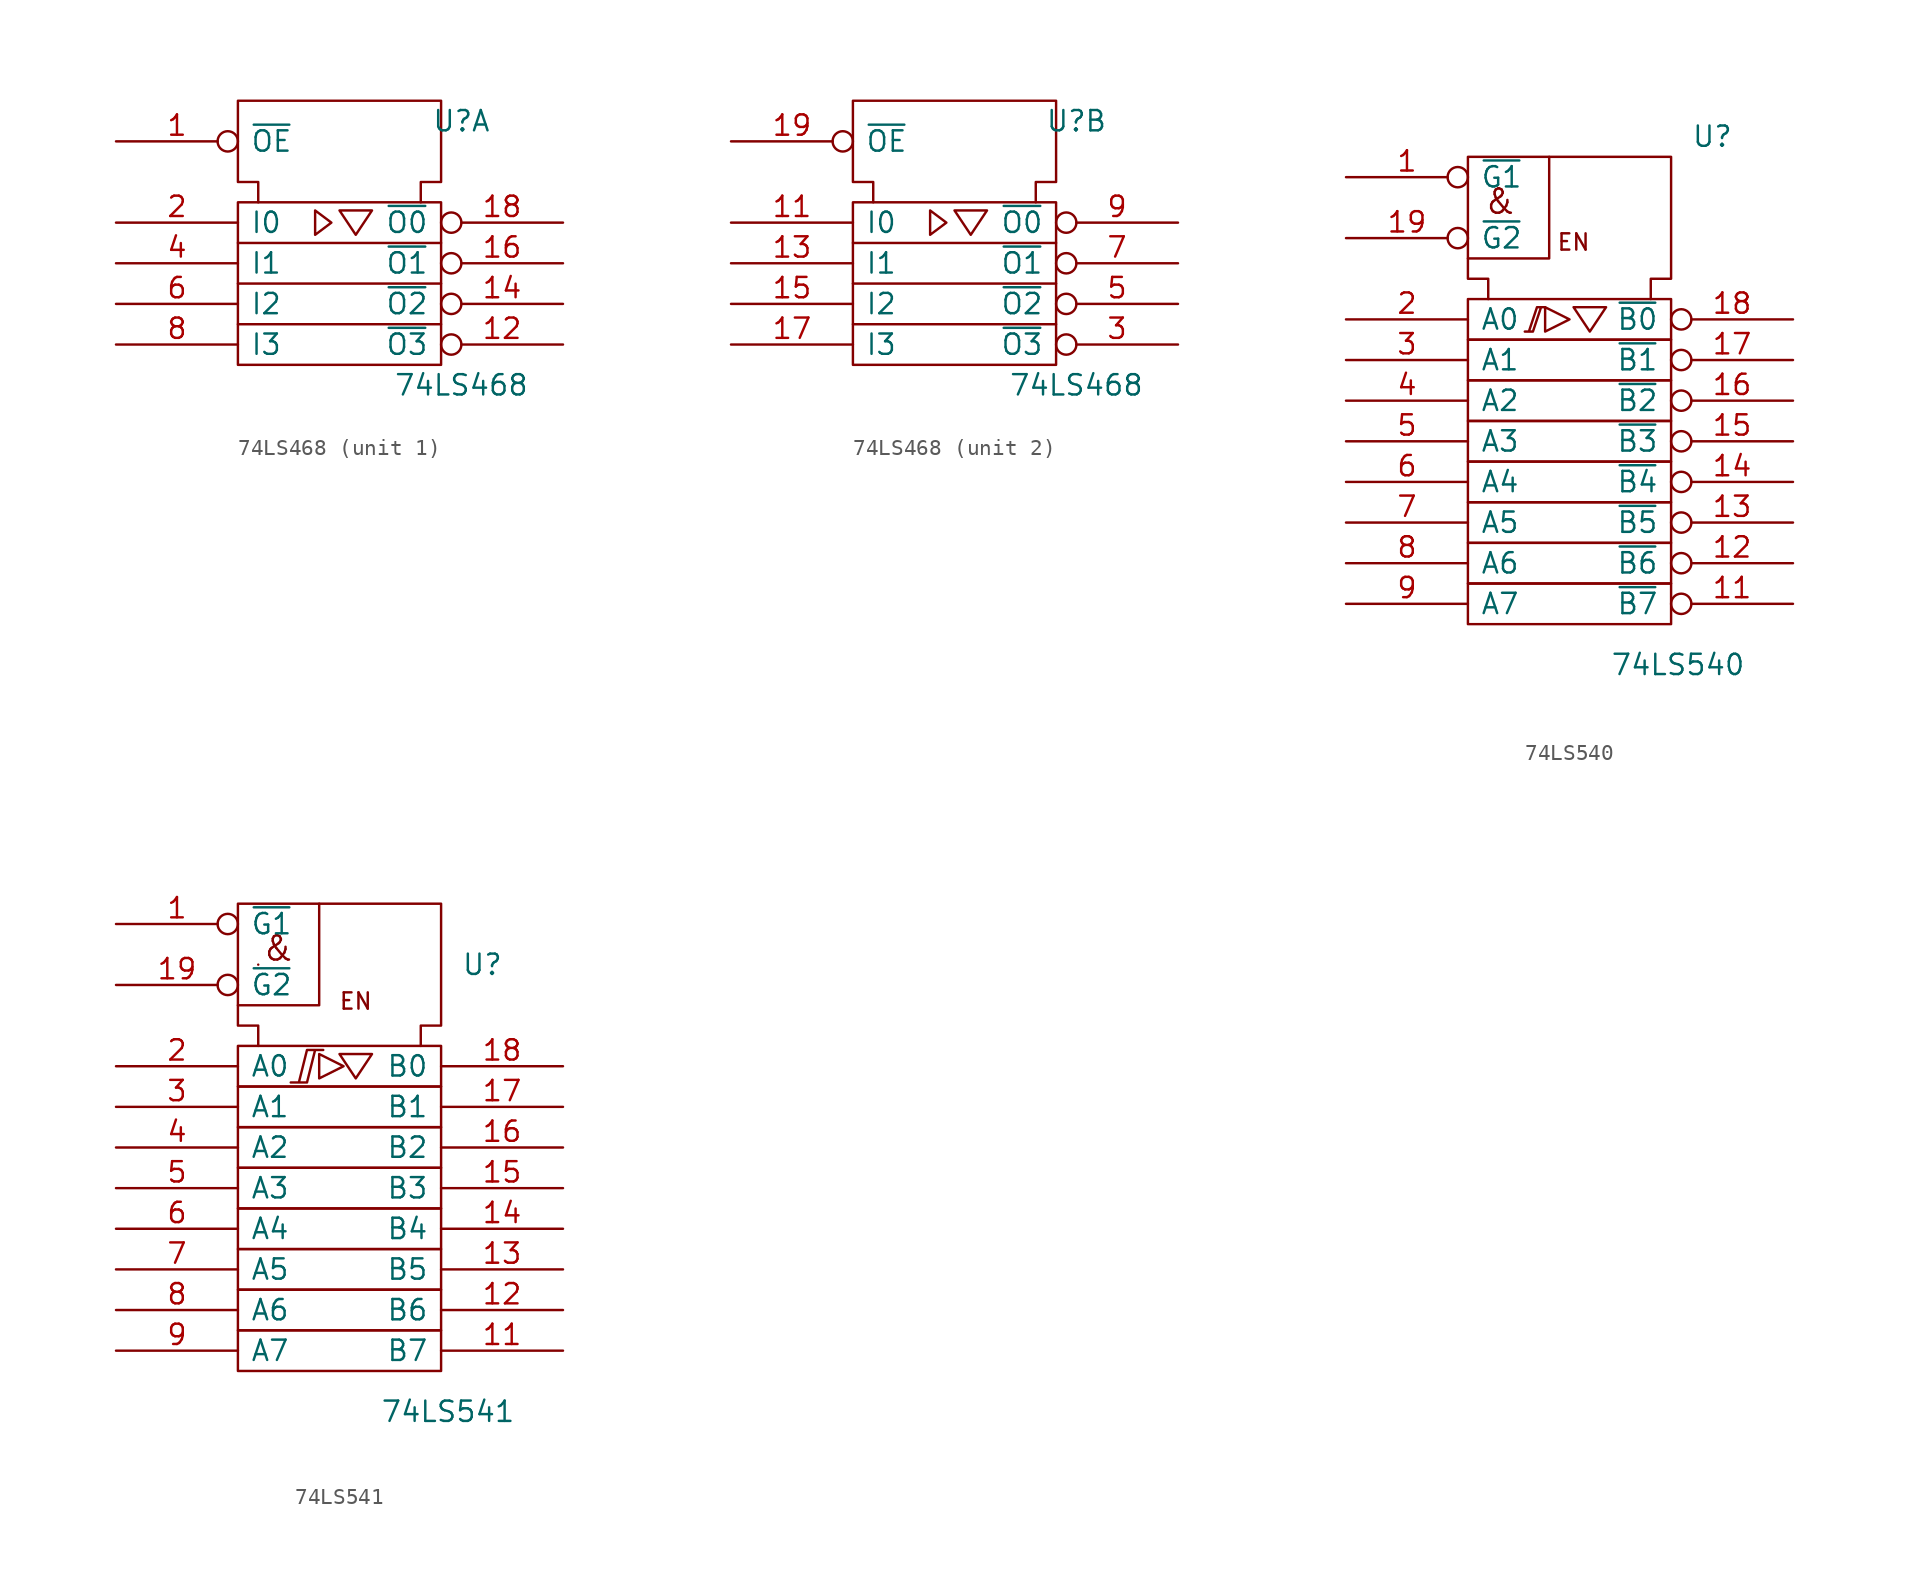
<source format=kicad_sym>
(kicad_symbol_lib
  (version 20201005)
  (generator kicad_symbol_editor)
  (symbol "74LS468"
    (pin_names
      (offset 0.762))
    (property "Reference" "U"
      (at 7.62 8.89 0)
      (effects (font (size 1.27 1.27))))
    (property "Value" "74LS468"
      (at 7.62 -7.62 0)
      (effects (font (size 1.27 1.27))))
    (symbol "74LS468_0_0"
      (polyline (pts (xy -1.524 3.302) (xy -1.524 1.778) (xy -0.508 2.54) (xy -1.524 3.302) (xy -1.524 3.302)) (stroke (width 0)) (fill (type none)))
      (polyline (pts (xy 0.254 3.302) (xy 2.032 3.302) (xy 1.016 1.778) (xy 0 3.302) (xy 0.254 3.302) (xy 0.254 3.302)) (stroke (width 0)) (fill (type none))))
    (symbol "74LS468_0_1"
      (rectangle (start -6.35 3.81) (end 6.35 -6.35) (stroke (width 0)) (fill (type none)))
      (polyline (pts (xy -6.35 -3.81) (xy 6.35 -3.81) (xy 6.35 -3.81)) (stroke (width 0)) (fill (type none)))
      (polyline (pts (xy -6.35 -1.27) (xy 6.35 -1.27) (xy 6.35 -1.27)) (stroke (width 0)) (fill (type none)))
      (polyline (pts (xy -6.35 1.27) (xy 6.35 1.27) (xy 6.35 1.27)) (stroke (width 0)) (fill (type none)))
      (polyline (pts (xy -5.08 3.81) (xy -5.08 5.08) (xy -6.35 5.08) (xy -6.35 10.16) (xy 6.35 10.16) (xy 6.35 5.08) (xy 5.08 5.08) (xy 5.08 3.81) (xy 5.08 3.81)) (stroke (width 0)) (fill (type none)))
      (pin power_in line (at 1.27 10.16 270) (length 0) hide (name "GND" (effects (font (size 1.27 1.27)))) (number "10" (effects (font (size 1.27 1.27)))))
      (pin power_in line (at 5.08 10.16 270) (length 0) hide (name "VCC" (effects (font (size 1.27 1.27)))) (number "20" (effects (font (size 1.27 1.27))))))
    (symbol "74LS468_1_1"
      (pin input inverted (at -13.97 7.62 0) (length 7.62) (name "~OE" (effects (font (size 1.27 1.27)))) (number "1" (effects (font (size 1.27 1.27)))))
      (pin tri_state inverted (at 13.97 -5.08 180) (length 7.62) (name "~O3" (effects (font (size 1.27 1.27)))) (number "12" (effects (font (size 1.27 1.27)))))
      (pin tri_state inverted (at 13.97 -2.54 180) (length 7.62) (name "~O2" (effects (font (size 1.27 1.27)))) (number "14" (effects (font (size 1.27 1.27)))))
      (pin tri_state inverted (at 13.97 0 180) (length 7.62) (name "~O1" (effects (font (size 1.27 1.27)))) (number "16" (effects (font (size 1.27 1.27)))))
      (pin tri_state inverted (at 13.97 2.54 180) (length 7.62) (name "~O0" (effects (font (size 1.27 1.27)))) (number "18" (effects (font (size 1.27 1.27)))))
      (pin input line (at -13.97 2.54 0) (length 7.62) (name "I0" (effects (font (size 1.27 1.27)))) (number "2" (effects (font (size 1.27 1.27)))))
      (pin input line (at -13.97 0 0) (length 7.62) (name "I1" (effects (font (size 1.27 1.27)))) (number "4" (effects (font (size 1.27 1.27)))))
      (pin input line (at -13.97 -2.54 0) (length 7.62) (name "I2" (effects (font (size 1.27 1.27)))) (number "6" (effects (font (size 1.27 1.27)))))
      (pin input line (at -13.97 -5.08 0) (length 7.62) (name "I3" (effects (font (size 1.27 1.27)))) (number "8" (effects (font (size 1.27 1.27))))))
    (symbol "74LS468_2_1"
      (pin input line (at -13.97 2.54 0) (length 7.62) (name "I0" (effects (font (size 1.27 1.27)))) (number "11" (effects (font (size 1.27 1.27)))))
      (pin input line (at -13.97 0 0) (length 7.62) (name "I1" (effects (font (size 1.27 1.27)))) (number "13" (effects (font (size 1.27 1.27)))))
      (pin input line (at -13.97 -2.54 0) (length 7.62) (name "I2" (effects (font (size 1.27 1.27)))) (number "15" (effects (font (size 1.27 1.27)))))
      (pin input line (at -13.97 -5.08 0) (length 7.62) (name "I3" (effects (font (size 1.27 1.27)))) (number "17" (effects (font (size 1.27 1.27)))))
      (pin input inverted (at -13.97 7.62 0) (length 7.62) (name "~OE" (effects (font (size 1.27 1.27)))) (number "19" (effects (font (size 1.27 1.27)))))
      (pin tri_state inverted (at 13.97 -5.08 180) (length 7.62) (name "~O3" (effects (font (size 1.27 1.27)))) (number "3" (effects (font (size 1.27 1.27)))))
      (pin tri_state inverted (at 13.97 -2.54 180) (length 7.62) (name "~O2" (effects (font (size 1.27 1.27)))) (number "5" (effects (font (size 1.27 1.27)))))
      (pin tri_state inverted (at 13.97 0 180) (length 7.62) (name "~O1" (effects (font (size 1.27 1.27)))) (number "7" (effects (font (size 1.27 1.27)))))
      (pin tri_state inverted (at 13.97 2.54 180) (length 7.62) (name "~O0" (effects (font (size 1.27 1.27)))) (number "9" (effects (font (size 1.27 1.27)))))))
  (symbol "74LS540"
    (pin_names
      (offset 0.762))
    (property "Reference" "U"
      (at 7.62 17.78 0)
      (effects (font (size 1.27 1.27)) (justify left)))
    (property "Value" "74LS540"
      (at 2.54 -15.24 0)
      (effects (font (size 1.27 1.27)) (justify left)))
    (symbol "74LS540_0_0"
      (text "&" (at -4.318 13.716 0) (effects (font (size 1.524 1.524))))
      (text "EN" (at 0.254 11.176 0) (effects (font (size 1.016 1.016))))
      (polyline (pts (xy -1.27 16.51) (xy -1.27 10.16) (xy -6.35 10.16) (xy -6.35 10.16)) (stroke (width 0)) (fill (type none)))
      (polyline (pts (xy -1.524 7.112) (xy -1.524 5.588) (xy 0 6.35) (xy -1.524 7.112) (xy -1.524 7.112)) (stroke (width 0)) (fill (type none)))
      (polyline (pts (xy 0.254 7.112) (xy 2.286 7.112) (xy 1.27 5.588) (xy 0.254 7.112) (xy 0.254 7.112)) (stroke (width 0)) (fill (type none)))
      (polyline (pts (xy -2.286 5.588) (xy -2.794 5.588) (xy -2.286 5.588) (xy -1.778 7.112) (xy -1.524 7.112) (xy -2.032 7.112) (xy -2.54 5.588) (xy -2.54 5.588)) (stroke (width 0)) (fill (type none)))
      (pin power_in line (at 1.27 16.51 270) (length 0) hide (name "GND" (effects (font (size 1.27 1.27)))) (number "10" (effects (font (size 1.27 1.27)))))
      (pin power_in line (at 5.08 16.51 270) (length 0) hide (name "VCC" (effects (font (size 1.27 1.27)))) (number "20" (effects (font (size 1.27 1.27))))))
    (symbol "74LS540_0_1"
      (rectangle (start -6.35 -10.16) (end 6.35 -12.7) (stroke (width 0)) (fill (type none)))
      (rectangle (start -6.35 -7.62) (end 6.35 -10.16) (stroke (width 0)) (fill (type none)))
      (rectangle (start -6.35 -5.08) (end 6.35 -7.62) (stroke (width 0)) (fill (type none)))
      (rectangle (start -6.35 -2.54) (end 6.35 -5.08) (stroke (width 0)) (fill (type none)))
      (rectangle (start -6.35 0) (end 6.35 -2.54) (stroke (width 0)) (fill (type none)))
      (rectangle (start -6.35 2.54) (end 6.35 0) (stroke (width 0)) (fill (type none)))
      (rectangle (start -6.35 5.08) (end 6.35 2.54) (stroke (width 0)) (fill (type none)))
      (rectangle (start -6.35 7.62) (end 6.35 5.08) (stroke (width 0)) (fill (type none)))
      (polyline (pts (xy -5.08 7.62) (xy -5.08 8.89) (xy -6.35 8.89) (xy -6.35 16.51) (xy 6.35 16.51) (xy 6.35 8.89) (xy 5.08 8.89) (xy 5.08 7.62) (xy 5.08 7.62)) (stroke (width 0)) (fill (type none))))
    (symbol "74LS540_1_1"
      (pin input inverted (at -13.97 15.24 0) (length 7.62) (name "~G1" (effects (font (size 1.27 1.27)))) (number "1" (effects (font (size 1.27 1.27)))))
      (pin tri_state inverted (at 13.97 -11.43 180) (length 7.62) (name "~B7" (effects (font (size 1.27 1.27)))) (number "11" (effects (font (size 1.27 1.27)))))
      (pin tri_state inverted (at 13.97 -8.89 180) (length 7.62) (name "~B6" (effects (font (size 1.27 1.27)))) (number "12" (effects (font (size 1.27 1.27)))))
      (pin tri_state inverted (at 13.97 -6.35 180) (length 7.62) (name "~B5" (effects (font (size 1.27 1.27)))) (number "13" (effects (font (size 1.27 1.27)))))
      (pin tri_state inverted (at 13.97 -3.81 180) (length 7.62) (name "~B4" (effects (font (size 1.27 1.27)))) (number "14" (effects (font (size 1.27 1.27)))))
      (pin tri_state inverted (at 13.97 -1.27 180) (length 7.62) (name "~B3" (effects (font (size 1.27 1.27)))) (number "15" (effects (font (size 1.27 1.27)))))
      (pin tri_state inverted (at 13.97 1.27 180) (length 7.62) (name "~B2" (effects (font (size 1.27 1.27)))) (number "16" (effects (font (size 1.27 1.27)))))
      (pin tri_state inverted (at 13.97 3.81 180) (length 7.62) (name "~B1" (effects (font (size 1.27 1.27)))) (number "17" (effects (font (size 1.27 1.27)))))
      (pin tri_state inverted (at 13.97 6.35 180) (length 7.62) (name "~B0" (effects (font (size 1.27 1.27)))) (number "18" (effects (font (size 1.27 1.27)))))
      (pin input inverted (at -13.97 11.43 0) (length 7.62) (name "~G2" (effects (font (size 1.27 1.27)))) (number "19" (effects (font (size 1.27 1.27)))))
      (pin tri_state line (at -13.97 6.35 0) (length 7.62) (name "A0" (effects (font (size 1.27 1.27)))) (number "2" (effects (font (size 1.27 1.27)))))
      (pin tri_state line (at -13.97 3.81 0) (length 7.62) (name "A1" (effects (font (size 1.27 1.27)))) (number "3" (effects (font (size 1.27 1.27)))))
      (pin tri_state line (at -13.97 1.27 0) (length 7.62) (name "A2" (effects (font (size 1.27 1.27)))) (number "4" (effects (font (size 1.27 1.27)))))
      (pin tri_state line (at -13.97 -1.27 0) (length 7.62) (name "A3" (effects (font (size 1.27 1.27)))) (number "5" (effects (font (size 1.27 1.27)))))
      (pin tri_state line (at -13.97 -3.81 0) (length 7.62) (name "A4" (effects (font (size 1.27 1.27)))) (number "6" (effects (font (size 1.27 1.27)))))
      (pin tri_state line (at -13.97 -6.35 0) (length 7.62) (name "A5" (effects (font (size 1.27 1.27)))) (number "7" (effects (font (size 1.27 1.27)))))
      (pin tri_state line (at -13.97 -8.89 0) (length 7.62) (name "A6" (effects (font (size 1.27 1.27)))) (number "8" (effects (font (size 1.27 1.27)))))
      (pin tri_state line (at -13.97 -11.43 0) (length 7.62) (name "A7" (effects (font (size 1.27 1.27)))) (number "9" (effects (font (size 1.27 1.27)))))))
  (symbol "74LS541"
    (pin_names
      (offset 0.762))
    (property "Reference" "U"
      (at 7.62 12.7 0)
      (effects (font (size 1.27 1.27)) (justify left)))
    (property "Value" "74LS541"
      (at 2.54 -15.24 0)
      (effects (font (size 1.27 1.27)) (justify left)))
    (symbol "74LS541_0_0"
      (text "&" (at -3.81 13.716 0) (effects (font (size 1.524 1.524))))
      (text "EN" (at 1.016 10.414 0) (effects (font (size 1.016 1.016))))
      (polyline (pts (xy -5.08 12.7) (xy -5.08 12.7) (xy -5.08 12.7)) (stroke (width 0)) (fill (type none)))
      (polyline (pts (xy -1.27 16.51) (xy -1.27 10.16) (xy -6.35 10.16) (xy -6.35 10.16)) (stroke (width 0)) (fill (type none)))
      (polyline (pts (xy -1.27 7.112) (xy -1.27 5.588) (xy 0.254 6.35) (xy -1.27 7.112) (xy -1.27 7.112)) (stroke (width 0)) (fill (type none)))
      (polyline (pts (xy 0 7.112) (xy 2.032 7.112) (xy 1.016 5.588) (xy 0 7.112) (xy 0 7.112)) (stroke (width 0)) (fill (type none)))
      (polyline (pts (xy -3.048 5.334) (xy -2.032 5.334) (xy -1.524 7.366) (xy -1.016 7.366) (xy -2.032 7.366) (xy -2.54 5.334) (xy -2.54 5.334)) (stroke (width 0)) (fill (type none)))
      (pin power_in line (at 1.27 16.51 270) (length 0) hide (name "GND" (effects (font (size 1.27 1.27)))) (number "10" (effects (font (size 1.27 1.27)))))
      (pin power_in line (at 5.08 16.51 270) (length 0) hide (name "VCC" (effects (font (size 1.27 1.27)))) (number "20" (effects (font (size 1.27 1.27))))))
    (symbol "74LS541_0_1"
      (rectangle (start -6.35 -10.16) (end 6.35 -12.7) (stroke (width 0)) (fill (type none)))
      (rectangle (start -6.35 -7.62) (end 6.35 -10.16) (stroke (width 0)) (fill (type none)))
      (rectangle (start -6.35 -5.08) (end 6.35 -7.62) (stroke (width 0)) (fill (type none)))
      (rectangle (start -6.35 -2.54) (end 6.35 -5.08) (stroke (width 0)) (fill (type none)))
      (rectangle (start -6.35 0) (end 6.35 -2.54) (stroke (width 0)) (fill (type none)))
      (rectangle (start -6.35 2.54) (end 6.35 0) (stroke (width 0)) (fill (type none)))
      (rectangle (start -6.35 5.08) (end 6.35 2.54) (stroke (width 0)) (fill (type none)))
      (rectangle (start -6.35 7.62) (end 6.35 5.08) (stroke (width 0)) (fill (type none)))
      (polyline (pts (xy -5.08 7.62) (xy -5.08 8.89) (xy -6.35 8.89) (xy -6.35 16.51) (xy 6.35 16.51) (xy 6.35 8.89) (xy 5.08 8.89) (xy 5.08 7.62) (xy 5.08 7.62)) (stroke (width 0)) (fill (type none))))
    (symbol "74LS541_1_1"
      (pin input inverted (at -13.97 15.24 0) (length 7.62) (name "~G1" (effects (font (size 1.27 1.27)))) (number "1" (effects (font (size 1.27 1.27)))))
      (pin tri_state line (at 13.97 -11.43 180) (length 7.62) (name "B7" (effects (font (size 1.27 1.27)))) (number "11" (effects (font (size 1.27 1.27)))))
      (pin tri_state line (at 13.97 -8.89 180) (length 7.62) (name "B6" (effects (font (size 1.27 1.27)))) (number "12" (effects (font (size 1.27 1.27)))))
      (pin tri_state line (at 13.97 -6.35 180) (length 7.62) (name "B5" (effects (font (size 1.27 1.27)))) (number "13" (effects (font (size 1.27 1.27)))))
      (pin tri_state line (at 13.97 -3.81 180) (length 7.62) (name "B4" (effects (font (size 1.27 1.27)))) (number "14" (effects (font (size 1.27 1.27)))))
      (pin tri_state line (at 13.97 -1.27 180) (length 7.62) (name "B3" (effects (font (size 1.27 1.27)))) (number "15" (effects (font (size 1.27 1.27)))))
      (pin tri_state line (at 13.97 1.27 180) (length 7.62) (name "B2" (effects (font (size 1.27 1.27)))) (number "16" (effects (font (size 1.27 1.27)))))
      (pin tri_state line (at 13.97 3.81 180) (length 7.62) (name "B1" (effects (font (size 1.27 1.27)))) (number "17" (effects (font (size 1.27 1.27)))))
      (pin tri_state line (at 13.97 6.35 180) (length 7.62) (name "B0" (effects (font (size 1.27 1.27)))) (number "18" (effects (font (size 1.27 1.27)))))
      (pin input inverted (at -13.97 11.43 0) (length 7.62) (name "~G2" (effects (font (size 1.27 1.27)))) (number "19" (effects (font (size 1.27 1.27)))))
      (pin tri_state line (at -13.97 6.35 0) (length 7.62) (name "A0" (effects (font (size 1.27 1.27)))) (number "2" (effects (font (size 1.27 1.27)))))
      (pin tri_state line (at -13.97 3.81 0) (length 7.62) (name "A1" (effects (font (size 1.27 1.27)))) (number "3" (effects (font (size 1.27 1.27)))))
      (pin tri_state line (at -13.97 1.27 0) (length 7.62) (name "A2" (effects (font (size 1.27 1.27)))) (number "4" (effects (font (size 1.27 1.27)))))
      (pin tri_state line (at -13.97 -1.27 0) (length 7.62) (name "A3" (effects (font (size 1.27 1.27)))) (number "5" (effects (font (size 1.27 1.27)))))
      (pin tri_state line (at -13.97 -3.81 0) (length 7.62) (name "A4" (effects (font (size 1.27 1.27)))) (number "6" (effects (font (size 1.27 1.27)))))
      (pin tri_state line (at -13.97 -6.35 0) (length 7.62) (name "A5" (effects (font (size 1.27 1.27)))) (number "7" (effects (font (size 1.27 1.27)))))
      (pin tri_state line (at -13.97 -8.89 0) (length 7.62) (name "A6" (effects (font (size 1.27 1.27)))) (number "8" (effects (font (size 1.27 1.27)))))
      (pin tri_state line (at -13.97 -11.43 0) (length 7.62) (name "A7" (effects (font (size 1.27 1.27)))) (number "9" (effects (font (size 1.27 1.27))))))))
</source>
